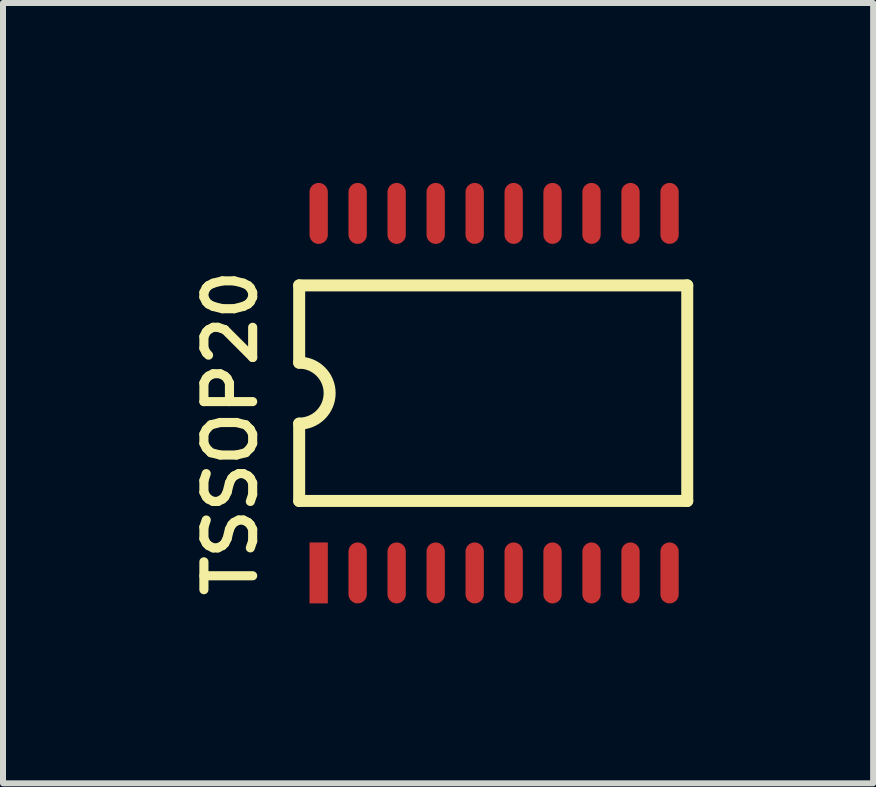
<source format=kicad_pcb>
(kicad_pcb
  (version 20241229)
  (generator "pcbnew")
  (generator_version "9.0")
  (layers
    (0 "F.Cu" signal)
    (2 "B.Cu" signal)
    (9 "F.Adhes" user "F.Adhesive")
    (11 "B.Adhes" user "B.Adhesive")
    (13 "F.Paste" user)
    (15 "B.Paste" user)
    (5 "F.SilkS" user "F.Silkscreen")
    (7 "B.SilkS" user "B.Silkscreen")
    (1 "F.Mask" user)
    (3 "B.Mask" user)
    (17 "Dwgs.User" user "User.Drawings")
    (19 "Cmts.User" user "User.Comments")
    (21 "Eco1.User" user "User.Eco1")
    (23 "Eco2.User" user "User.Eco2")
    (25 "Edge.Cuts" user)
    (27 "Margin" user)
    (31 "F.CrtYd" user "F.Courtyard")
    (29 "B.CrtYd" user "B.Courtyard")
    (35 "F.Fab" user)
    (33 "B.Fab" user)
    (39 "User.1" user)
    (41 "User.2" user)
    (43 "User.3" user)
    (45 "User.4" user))
  (footprint "TSSOP20"
    (layer "F.Cu")
    (at 2.263 6.502)
    (property "Reference" "TSSOP20" (at -0.993 0.457 90) (unlocked yes) (layer "F.SilkS") (effects (font (size 0.813 0.813) (thickness 0.152)) (justify left bottom)))
    (fp_line (start -0.325 -3.505) (end -0.325 -4.794) (stroke (width 0.2) (type solid)) (layer "F.SilkS"))
    (fp_line (start -0.325 -1.2) (end -0.325 -2.489) (stroke (width 0.2) (type solid)) (layer "F.SilkS"))
    (fp_line (start 6.145 -4.794) (end -0.325 -4.794) (stroke (width 0.2) (type solid)) (layer "F.SilkS"))
    (fp_line (start 6.145 -1.2) (end -0.325 -1.2) (stroke (width 0.2) (type solid)) (layer "F.SilkS"))
    (fp_line (start 6.145 -1.2) (end 6.145 -4.794) (stroke (width 0.2) (type solid)) (layer "F.SilkS"))
    (fp_arc (start -0.32499 -3.5052) (mid 0.18301 -2.9972) (end -0.32499 -2.4892) (stroke (width 0.2) (type solid)) (layer "F.SilkS"))
    (pad "1" smd rect (at 0 0 90) (size 1.016 0.305) (layers "F.Cu" "F.Mask" "F.Paste"))
    (pad "2" smd oval (at 0.65 0 90) (size 1.016 0.305) (layers "F.Cu" "F.Mask" "F.Paste"))
    (pad "3" smd oval (at 1.3 0 90) (size 1.016 0.305) (layers "F.Cu" "F.Mask" "F.Paste"))
    (pad "4" smd oval (at 1.951 0 90) (size 1.016 0.305) (layers "F.Cu" "F.Mask" "F.Paste"))
    (pad "5" smd oval (at 2.601 0 90) (size 1.016 0.305) (layers "F.Cu" "F.Mask" "F.Paste"))
    (pad "6" smd oval (at 3.251 0 90) (size 1.016 0.305) (layers "F.Cu" "F.Mask" "F.Paste"))
    (pad "7" smd oval (at 3.899 0 90) (size 1.016 0.305) (layers "F.Cu" "F.Mask" "F.Paste"))
    (pad "8" smd oval (at 4.549 0 90) (size 1.016 0.305) (layers "F.Cu" "F.Mask" "F.Paste"))
    (pad "9" smd oval (at 5.199 0 90) (size 1.016 0.305) (layers "F.Cu" "F.Mask" "F.Paste"))
    (pad "10" smd oval (at 5.85 0 90) (size 1.016 0.305) (layers "F.Cu" "F.Mask" "F.Paste"))
    (pad "11" smd oval (at 5.85 -5.994 90) (size 1.016 0.305) (layers "F.Cu" "F.Mask" "F.Paste"))
    (pad "12" smd oval (at 5.199 -5.994 90) (size 1.016 0.305) (layers "F.Cu" "F.Mask" "F.Paste"))
    (pad "13" smd oval (at 4.549 -5.994 90) (size 1.016 0.305) (layers "F.Cu" "F.Mask" "F.Paste"))
    (pad "14" smd oval (at 3.899 -5.994 90) (size 1.016 0.305) (layers "F.Cu" "F.Mask" "F.Paste"))
    (pad "15" smd oval (at 3.251 -5.994 90) (size 1.016 0.305) (layers "F.Cu" "F.Mask" "F.Paste"))
    (pad "16" smd oval (at 2.601 -5.994 90) (size 1.016 0.305) (layers "F.Cu" "F.Mask" "F.Paste"))
    (pad "17" smd oval (at 1.951 -5.994 90) (size 1.016 0.305) (layers "F.Cu" "F.Mask" "F.Paste"))
    (pad "18" smd oval (at 1.3 -5.994 90) (size 1.016 0.305) (layers "F.Cu" "F.Mask" "F.Paste"))
    (pad "19" smd oval (at 0.65 -5.994 90) (size 1.016 0.305) (layers "F.Cu" "F.Mask" "F.Paste"))
    (pad "20" smd oval (at 0 -5.994 90) (size 1.016 0.305) (layers "F.Cu" "F.Mask" "F.Paste")))
  (gr_rect
    (start -3 -3)
    (end 11.507 10.01)
    (stroke (width 0.1) (type default))
    (fill no)
    (layer "Edge.Cuts")))
</source>
